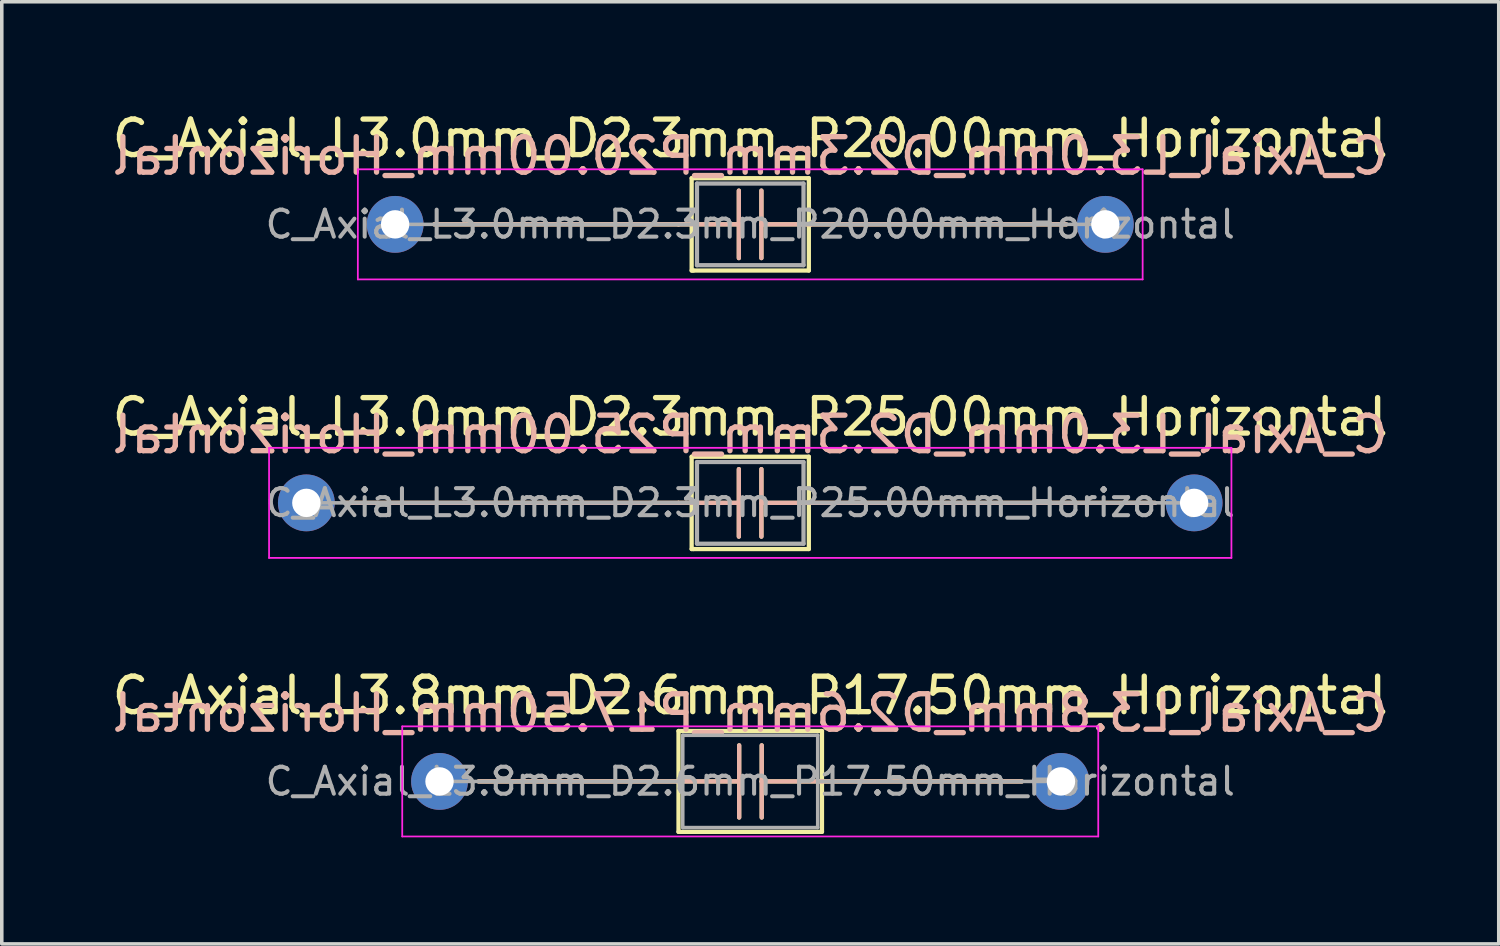
<source format=kicad_pcb>
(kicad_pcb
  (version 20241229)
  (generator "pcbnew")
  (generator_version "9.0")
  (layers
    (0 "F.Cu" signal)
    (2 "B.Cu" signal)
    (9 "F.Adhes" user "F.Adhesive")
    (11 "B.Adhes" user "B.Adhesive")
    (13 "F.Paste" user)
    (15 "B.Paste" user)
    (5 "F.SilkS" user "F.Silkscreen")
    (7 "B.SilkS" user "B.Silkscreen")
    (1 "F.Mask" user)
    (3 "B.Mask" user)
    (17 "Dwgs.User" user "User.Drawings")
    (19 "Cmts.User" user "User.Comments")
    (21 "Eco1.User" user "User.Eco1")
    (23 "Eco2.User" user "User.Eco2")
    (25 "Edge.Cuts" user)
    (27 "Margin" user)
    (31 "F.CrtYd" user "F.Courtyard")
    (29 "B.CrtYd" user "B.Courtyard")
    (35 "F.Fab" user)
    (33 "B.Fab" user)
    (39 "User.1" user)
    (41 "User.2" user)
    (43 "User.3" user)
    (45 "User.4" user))
  (footprint "C_Axial_L3.0mm_D2.3mm_P20.00mm_Horizontal"
    (layer "F.Cu")
    (at 8.077 3.268)
    (property "Reference" "C_Axial_L3.0mm_D2.3mm_P20.00mm_Horizontal" (at 10 -2.42 0) (layer "F.SilkS") (effects (font (size 1 1) (thickness 0.15))))
    (fp_line (start 1.1 0) (end 7.98 0) (stroke (width 0.12) (type solid)) (layer "F.SilkS"))
    (fp_line (start 7.98 0) (end 9.679 0) (stroke (width 0.12) (type solid)) (layer "F.SilkS"))
    (fp_line (start 8.35 -1.3) (end 11.65 -1.3) (stroke (width 0.12) (type solid)) (layer "F.SilkS"))
    (fp_line (start 8.35 1.3) (end 8.35 -1.3) (stroke (width 0.12) (type solid)) (layer "F.SilkS"))
    (fp_line (start 8.4 1.3) (end 8.35 1.3) (stroke (width 0.12) (type solid)) (layer "F.SilkS"))
    (fp_line (start 9.679 0) (end 9.679 -0.95) (stroke (width 0.12) (type solid)) (layer "F.SilkS"))
    (fp_line (start 9.679 0) (end 9.679 0.95) (stroke (width 0.12) (type solid)) (layer "F.SilkS"))
    (fp_line (start 10.314 0) (end 10.314 -0.95) (stroke (width 0.12) (type solid)) (layer "F.SilkS"))
    (fp_line (start 10.314 0) (end 10.314 0.95) (stroke (width 0.12) (type solid)) (layer "F.SilkS"))
    (fp_line (start 11.65 -1.3) (end 11.65 0) (stroke (width 0.12) (type solid)) (layer "F.SilkS"))
    (fp_line (start 11.65 0) (end 11.65 1.3) (stroke (width 0.12) (type solid)) (layer "F.SilkS"))
    (fp_line (start 11.65 1.3) (end 8.4 1.3) (stroke (width 0.12) (type solid)) (layer "F.SilkS"))
    (fp_line (start 11.711 0) (end 10.314 0) (stroke (width 0.12) (type solid)) (layer "F.SilkS"))
    (fp_line (start 18.9 0) (end 11.711 0) (stroke (width 0.12) (type solid)) (layer "F.SilkS"))
    (fp_line (start 1.1 0) (end 7.98 0) (stroke (width 0.12) (type solid)) (layer "B.SilkS"))
    (fp_line (start 7.98 0) (end 9.679 0) (stroke (width 0.12) (type solid)) (layer "B.SilkS"))
    (fp_line (start 9.679 0) (end 9.679 -0.95) (stroke (width 0.12) (type solid)) (layer "B.SilkS"))
    (fp_line (start 9.679 0) (end 9.679 0.95) (stroke (width 0.12) (type solid)) (layer "B.SilkS"))
    (fp_line (start 10.314 0) (end 10.314 -0.95) (stroke (width 0.12) (type solid)) (layer "B.SilkS"))
    (fp_line (start 10.314 0) (end 10.314 0.95) (stroke (width 0.12) (type solid)) (layer "B.SilkS"))
    (fp_line (start 11.711 0) (end 10.314 0) (stroke (width 0.12) (type solid)) (layer "B.SilkS"))
    (fp_line (start 18.9 0) (end 11.711 0) (stroke (width 0.12) (type solid)) (layer "B.SilkS"))
    (fp_line (start -1.05 -1.55) (end -1.05 1.55) (stroke (width 0.05) (type solid)) (layer "F.CrtYd"))
    (fp_line (start -1.05 1.55) (end 21.05 1.55) (stroke (width 0.05) (type solid)) (layer "F.CrtYd"))
    (fp_line (start 21.05 -1.55) (end -1.05 -1.55) (stroke (width 0.05) (type solid)) (layer "F.CrtYd"))
    (fp_line (start 21.05 1.55) (end 21.05 -1.55) (stroke (width 0.05) (type solid)) (layer "F.CrtYd"))
    (fp_line (start 0 0) (end 8.5 0) (stroke (width 0.1) (type solid)) (layer "F.Fab"))
    (fp_line (start 8.5 -1.15) (end 11.5 -1.15) (stroke (width 0.12) (type solid)) (layer "F.Fab"))
    (fp_line (start 8.5 0) (end 8.5 -1.15) (stroke (width 0.12) (type solid)) (layer "F.Fab"))
    (fp_line (start 8.5 1.15) (end 8.5 0) (stroke (width 0.12) (type solid)) (layer "F.Fab"))
    (fp_line (start 11.5 -1.15) (end 11.5 0) (stroke (width 0.12) (type solid)) (layer "F.Fab"))
    (fp_line (start 11.5 0) (end 11.5 1.15) (stroke (width 0.12) (type solid)) (layer "F.Fab"))
    (fp_line (start 11.5 1.15) (end 8.5 1.15) (stroke (width 0.12) (type solid)) (layer "F.Fab"))
    (fp_line (start 20 0) (end 11.5 0) (stroke (width 0.1) (type solid)) (layer "F.Fab"))
    (fp_text user "${REFERENCE}" (at 10 -1.925 0) (layer "B.SilkS") (effects (font (size 1 1) (thickness 0.15)) (justify mirror)))
    (fp_text user "${REFERENCE}" (at 10 0 0) (layer "F.Fab") (effects (font (size 0.76 0.76) (thickness 0.114))))
    (pad "1" thru_hole circle (at 0 0) (size 1.6 1.6) (drill 0.8) (layers "*.Cu" "*.Mask"))
    (pad "2" thru_hole oval (at 20 0) (size 1.6 1.6) (drill 0.8) (layers "*.Cu" "*.Mask")))
  (footprint "C_Axial_L3.8mm_D2.6mm_P17.50mm_Horizontal"
    (layer "F.Cu")
    (at 9.327 18.955)
    (property "Reference" "C_Axial_L3.8mm_D2.6mm_P17.50mm_Horizontal" (at 8.75 -2.42 0) (layer "F.SilkS") (effects (font (size 1 1) (thickness 0.15))))
    (fp_line (start 1.1 0) (end 6.73 0) (stroke (width 0.12) (type solid)) (layer "F.SilkS"))
    (fp_line (start 6.73 -1.42) (end 6.73 1.42) (stroke (width 0.12) (type solid)) (layer "F.SilkS"))
    (fp_line (start 6.73 1.42) (end 10.77 1.42) (stroke (width 0.12) (type solid)) (layer "F.SilkS"))
    (fp_line (start 6.731 0) (end 8.438 0) (stroke (width 0.12) (type solid)) (layer "F.SilkS"))
    (fp_line (start 8.438 0) (end 8.438 -1.016) (stroke (width 0.12) (type solid)) (layer "F.SilkS"))
    (fp_line (start 8.438 0) (end 8.438 1.016) (stroke (width 0.12) (type solid)) (layer "F.SilkS"))
    (fp_line (start 9.073 0) (end 9.073 -1.016) (stroke (width 0.12) (type solid)) (layer "F.SilkS"))
    (fp_line (start 9.073 0) (end 9.073 1.016) (stroke (width 0.12) (type solid)) (layer "F.SilkS"))
    (fp_line (start 10.77 -1.42) (end 6.73 -1.42) (stroke (width 0.12) (type solid)) (layer "F.SilkS"))
    (fp_line (start 10.77 0) (end 9.073 0) (stroke (width 0.12) (type solid)) (layer "F.SilkS"))
    (fp_line (start 10.77 1.42) (end 10.77 -1.42) (stroke (width 0.12) (type solid)) (layer "F.SilkS"))
    (fp_line (start 16.4 0) (end 10.77 0) (stroke (width 0.12) (type solid)) (layer "F.SilkS"))
    (fp_line (start 1.1 0) (end 6.73 0) (stroke (width 0.12) (type solid)) (layer "B.SilkS"))
    (fp_line (start 6.731 0) (end 8.438 0) (stroke (width 0.12) (type solid)) (layer "B.SilkS"))
    (fp_line (start 8.438 0) (end 8.438 -1.016) (stroke (width 0.12) (type solid)) (layer "B.SilkS"))
    (fp_line (start 8.438 0) (end 8.438 1.016) (stroke (width 0.12) (type solid)) (layer "B.SilkS"))
    (fp_line (start 9.073 0) (end 9.073 -1.016) (stroke (width 0.12) (type solid)) (layer "B.SilkS"))
    (fp_line (start 9.073 0) (end 9.073 1.016) (stroke (width 0.12) (type solid)) (layer "B.SilkS"))
    (fp_line (start 10.77 0) (end 9.073 0) (stroke (width 0.12) (type solid)) (layer "B.SilkS"))
    (fp_line (start 16.4 0) (end 10.77 0) (stroke (width 0.12) (type solid)) (layer "B.SilkS"))
    (fp_line (start -1.05 -1.55) (end -1.05 1.55) (stroke (width 0.05) (type solid)) (layer "F.CrtYd"))
    (fp_line (start -1.05 1.55) (end 18.55 1.55) (stroke (width 0.05) (type solid)) (layer "F.CrtYd"))
    (fp_line (start 18.55 -1.55) (end -1.05 -1.55) (stroke (width 0.05) (type solid)) (layer "F.CrtYd"))
    (fp_line (start 18.55 1.55) (end 18.55 -1.55) (stroke (width 0.05) (type solid)) (layer "F.CrtYd"))
    (fp_line (start 0 0) (end 6.85 0) (stroke (width 0.1) (type solid)) (layer "F.Fab"))
    (fp_line (start 6.85 -1.3) (end 6.85 1.3) (stroke (width 0.1) (type solid)) (layer "F.Fab"))
    (fp_line (start 6.85 1.3) (end 10.65 1.3) (stroke (width 0.1) (type solid)) (layer "F.Fab"))
    (fp_line (start 10.65 -1.3) (end 6.85 -1.3) (stroke (width 0.1) (type solid)) (layer "F.Fab"))
    (fp_line (start 10.65 1.3) (end 10.65 -1.3) (stroke (width 0.1) (type solid)) (layer "F.Fab"))
    (fp_line (start 17.5 0) (end 10.65 0) (stroke (width 0.1) (type solid)) (layer "F.Fab"))
    (fp_text user "${REFERENCE}" (at 8.75 -1.925 0) (layer "B.SilkS") (effects (font (size 1 1) (thickness 0.15)) (justify mirror)))
    (fp_text user "${REFERENCE}" (at 8.75 0 0) (layer "F.Fab") (effects (font (size 0.76 0.76) (thickness 0.114))))
    (pad "1" thru_hole circle (at 0 0) (size 1.6 1.6) (drill 0.8) (layers "*.Cu" "*.Mask"))
    (pad "2" thru_hole oval (at 17.5 0) (size 1.6 1.6) (drill 0.8) (layers "*.Cu" "*.Mask")))
  (footprint "C_Axial_L3.0mm_D2.3mm_P25.00mm_Horizontal"
    (layer "F.Cu")
    (at 5.577 11.111)
    (property "Reference" "C_Axial_L3.0mm_D2.3mm_P25.00mm_Horizontal" (at 12.5 -2.42 0) (layer "F.SilkS") (effects (font (size 1 1) (thickness 0.15))))
    (fp_line (start 1.1 0) (end 10.48 0) (stroke (width 0.12) (type solid)) (layer "F.SilkS"))
    (fp_line (start 10.48 0) (end 12.179 0) (stroke (width 0.12) (type solid)) (layer "F.SilkS"))
    (fp_line (start 10.85 -1.3) (end 14.15 -1.3) (stroke (width 0.12) (type solid)) (layer "F.SilkS"))
    (fp_line (start 10.85 1.3) (end 10.85 -1.3) (stroke (width 0.12) (type solid)) (layer "F.SilkS"))
    (fp_line (start 10.9 1.3) (end 10.85 1.3) (stroke (width 0.12) (type solid)) (layer "F.SilkS"))
    (fp_line (start 12.179 0) (end 12.179 -0.95) (stroke (width 0.12) (type solid)) (layer "F.SilkS"))
    (fp_line (start 12.179 0) (end 12.179 0.95) (stroke (width 0.12) (type solid)) (layer "F.SilkS"))
    (fp_line (start 12.814 0) (end 12.814 -0.95) (stroke (width 0.12) (type solid)) (layer "F.SilkS"))
    (fp_line (start 12.814 0) (end 12.814 0.95) (stroke (width 0.12) (type solid)) (layer "F.SilkS"))
    (fp_line (start 14.15 -1.3) (end 14.15 0) (stroke (width 0.12) (type solid)) (layer "F.SilkS"))
    (fp_line (start 14.15 0) (end 14.15 1.3) (stroke (width 0.12) (type solid)) (layer "F.SilkS"))
    (fp_line (start 14.15 1.3) (end 10.9 1.3) (stroke (width 0.12) (type solid)) (layer "F.SilkS"))
    (fp_line (start 14.211 0) (end 12.814 0) (stroke (width 0.12) (type solid)) (layer "F.SilkS"))
    (fp_line (start 23.9 0) (end 14.211 0) (stroke (width 0.12) (type solid)) (layer "F.SilkS"))
    (fp_line (start 1.1 0) (end 10.48 0) (stroke (width 0.12) (type solid)) (layer "B.SilkS"))
    (fp_line (start 10.48 0) (end 12.179 0) (stroke (width 0.12) (type solid)) (layer "B.SilkS"))
    (fp_line (start 12.179 0) (end 12.179 -0.95) (stroke (width 0.12) (type solid)) (layer "B.SilkS"))
    (fp_line (start 12.179 0) (end 12.179 0.95) (stroke (width 0.12) (type solid)) (layer "B.SilkS"))
    (fp_line (start 12.814 0) (end 12.814 -0.95) (stroke (width 0.12) (type solid)) (layer "B.SilkS"))
    (fp_line (start 12.814 0) (end 12.814 0.95) (stroke (width 0.12) (type solid)) (layer "B.SilkS"))
    (fp_line (start 14.211 0) (end 12.814 0) (stroke (width 0.12) (type solid)) (layer "B.SilkS"))
    (fp_line (start 23.9 0) (end 14.211 0) (stroke (width 0.12) (type solid)) (layer "B.SilkS"))
    (fp_line (start -1.05 -1.55) (end -1.05 1.55) (stroke (width 0.05) (type solid)) (layer "F.CrtYd"))
    (fp_line (start -1.05 1.55) (end 26.05 1.55) (stroke (width 0.05) (type solid)) (layer "F.CrtYd"))
    (fp_line (start 26.05 -1.55) (end -1.05 -1.55) (stroke (width 0.05) (type solid)) (layer "F.CrtYd"))
    (fp_line (start 26.05 1.55) (end 26.05 -1.55) (stroke (width 0.05) (type solid)) (layer "F.CrtYd"))
    (fp_line (start 0 0) (end 11 0) (stroke (width 0.1) (type solid)) (layer "F.Fab"))
    (fp_line (start 11 -1.15) (end 14 -1.15) (stroke (width 0.12) (type solid)) (layer "F.Fab"))
    (fp_line (start 11 0) (end 11 -1.15) (stroke (width 0.12) (type solid)) (layer "F.Fab"))
    (fp_line (start 11 1.15) (end 11 0) (stroke (width 0.12) (type solid)) (layer "F.Fab"))
    (fp_line (start 14 -1.15) (end 14 0) (stroke (width 0.12) (type solid)) (layer "F.Fab"))
    (fp_line (start 14 0) (end 14 1.15) (stroke (width 0.12) (type solid)) (layer "F.Fab"))
    (fp_line (start 14 1.15) (end 11 1.15) (stroke (width 0.12) (type solid)) (layer "F.Fab"))
    (fp_line (start 25 0) (end 14 0) (stroke (width 0.1) (type solid)) (layer "F.Fab"))
    (fp_text user "${REFERENCE}" (at 12.5 -1.925 0) (layer "B.SilkS") (effects (font (size 1 1) (thickness 0.15)) (justify mirror)))
    (fp_text user "${REFERENCE}" (at 12.5 0 0) (layer "F.Fab") (effects (font (size 0.76 0.76) (thickness 0.114))))
    (pad "1" thru_hole circle (at 0 0) (size 1.6 1.6) (drill 0.8) (layers "*.Cu" "*.Mask"))
    (pad "2" thru_hole oval (at 25 0) (size 1.6 1.6) (drill 0.8) (layers "*.Cu" "*.Mask")))
  (gr_rect
    (start -3 -3)
    (end 39.155 23.53)
    (stroke (width 0.1) (type default))
    (fill no)
    (layer "Edge.Cuts")))
</source>
